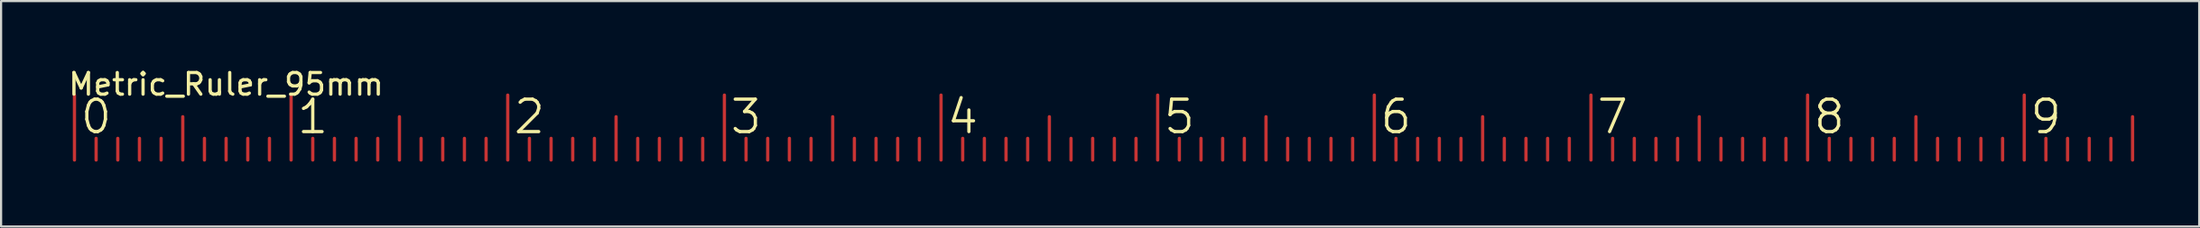
<source format=kicad_pcb>
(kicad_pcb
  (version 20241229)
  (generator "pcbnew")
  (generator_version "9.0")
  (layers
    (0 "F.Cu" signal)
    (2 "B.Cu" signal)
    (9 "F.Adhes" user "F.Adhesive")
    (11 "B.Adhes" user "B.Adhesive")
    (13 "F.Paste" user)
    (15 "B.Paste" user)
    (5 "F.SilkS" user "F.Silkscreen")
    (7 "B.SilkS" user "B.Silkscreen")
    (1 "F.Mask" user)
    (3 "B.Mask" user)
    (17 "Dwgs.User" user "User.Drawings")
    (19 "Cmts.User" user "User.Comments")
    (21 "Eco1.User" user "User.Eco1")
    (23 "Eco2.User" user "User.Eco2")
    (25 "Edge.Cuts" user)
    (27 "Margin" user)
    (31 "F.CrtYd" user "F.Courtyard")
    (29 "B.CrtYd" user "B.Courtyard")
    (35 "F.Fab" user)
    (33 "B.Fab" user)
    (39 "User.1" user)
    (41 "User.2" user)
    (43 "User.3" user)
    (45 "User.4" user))
  (footprint "Metric_Ruler_95mm"
    (layer "F.Cu")
    (at 7.387 0.348)
    (property "Reference" "Metric_Ruler_95mm" (at 0 0.5 0) (layer "F.SilkS") (effects (font (size 1 1) (thickness 0.15))))
    (attr through_hole)
    (fp_line (start -7 4) (end -7 1) (stroke (width 0.15) (type solid)) (layer "F.Cu"))
    (fp_line (start -6 4) (end -6 3) (stroke (width 0.15) (type solid)) (layer "F.Cu"))
    (fp_line (start -5 4) (end -5 3) (stroke (width 0.15) (type solid)) (layer "F.Cu"))
    (fp_line (start -4 4) (end -4 3) (stroke (width 0.15) (type solid)) (layer "F.Cu"))
    (fp_line (start -3 4) (end -3 3) (stroke (width 0.15) (type solid)) (layer "F.Cu"))
    (fp_line (start -2 4) (end -2 2) (stroke (width 0.15) (type solid)) (layer "F.Cu"))
    (fp_line (start -1 4) (end -1 3) (stroke (width 0.15) (type solid)) (layer "F.Cu"))
    (fp_line (start 0 4) (end 0 3) (stroke (width 0.15) (type solid)) (layer "F.Cu"))
    (fp_line (start 1 4) (end 1 3) (stroke (width 0.15) (type solid)) (layer "F.Cu"))
    (fp_line (start 2 4) (end 2 3) (stroke (width 0.15) (type solid)) (layer "F.Cu"))
    (fp_line (start 3 4) (end 3 1) (stroke (width 0.15) (type solid)) (layer "F.Cu"))
    (fp_line (start 4 4) (end 4 3) (stroke (width 0.15) (type solid)) (layer "F.Cu"))
    (fp_line (start 5 4) (end 5 3) (stroke (width 0.15) (type solid)) (layer "F.Cu"))
    (fp_line (start 6 4) (end 6 3) (stroke (width 0.15) (type solid)) (layer "F.Cu"))
    (fp_line (start 7 4) (end 7 3) (stroke (width 0.15) (type solid)) (layer "F.Cu"))
    (fp_line (start 8 4) (end 8 2) (stroke (width 0.15) (type solid)) (layer "F.Cu"))
    (fp_line (start 9 4) (end 9 3) (stroke (width 0.15) (type solid)) (layer "F.Cu"))
    (fp_line (start 10 4) (end 10 3) (stroke (width 0.15) (type solid)) (layer "F.Cu"))
    (fp_line (start 11 4) (end 11 3) (stroke (width 0.15) (type solid)) (layer "F.Cu"))
    (fp_line (start 12 4) (end 12 3) (stroke (width 0.15) (type solid)) (layer "F.Cu"))
    (fp_line (start 13 4) (end 13 1) (stroke (width 0.15) (type solid)) (layer "F.Cu"))
    (fp_line (start 14 4) (end 14 3) (stroke (width 0.15) (type solid)) (layer "F.Cu"))
    (fp_line (start 15 4) (end 15 3) (stroke (width 0.15) (type solid)) (layer "F.Cu"))
    (fp_line (start 16 4) (end 16 3) (stroke (width 0.15) (type solid)) (layer "F.Cu"))
    (fp_line (start 17 4) (end 17 3) (stroke (width 0.15) (type solid)) (layer "F.Cu"))
    (fp_line (start 18 4) (end 18 2) (stroke (width 0.15) (type solid)) (layer "F.Cu"))
    (fp_line (start 19 4) (end 19 3) (stroke (width 0.15) (type solid)) (layer "F.Cu"))
    (fp_line (start 20 4) (end 20 3) (stroke (width 0.15) (type solid)) (layer "F.Cu"))
    (fp_line (start 21 4) (end 21 3) (stroke (width 0.15) (type solid)) (layer "F.Cu"))
    (fp_line (start 22 4) (end 22 3) (stroke (width 0.15) (type solid)) (layer "F.Cu"))
    (fp_line (start 23 4) (end 23 1) (stroke (width 0.15) (type solid)) (layer "F.Cu"))
    (fp_line (start 24 4) (end 24 3) (stroke (width 0.15) (type solid)) (layer "F.Cu"))
    (fp_line (start 25 4) (end 25 3) (stroke (width 0.15) (type solid)) (layer "F.Cu"))
    (fp_line (start 26 4) (end 26 3) (stroke (width 0.15) (type solid)) (layer "F.Cu"))
    (fp_line (start 27 4) (end 27 3) (stroke (width 0.15) (type solid)) (layer "F.Cu"))
    (fp_line (start 28 4) (end 28 2) (stroke (width 0.15) (type solid)) (layer "F.Cu"))
    (fp_line (start 29 4) (end 29 3) (stroke (width 0.15) (type solid)) (layer "F.Cu"))
    (fp_line (start 30 4) (end 30 3) (stroke (width 0.15) (type solid)) (layer "F.Cu"))
    (fp_line (start 31 4) (end 31 3) (stroke (width 0.15) (type solid)) (layer "F.Cu"))
    (fp_line (start 32 4) (end 32 3) (stroke (width 0.15) (type solid)) (layer "F.Cu"))
    (fp_line (start 33 4) (end 33 1) (stroke (width 0.15) (type solid)) (layer "F.Cu"))
    (fp_line (start 34 4) (end 34 3) (stroke (width 0.15) (type solid)) (layer "F.Cu"))
    (fp_line (start 35 4) (end 35 3) (stroke (width 0.15) (type solid)) (layer "F.Cu"))
    (fp_line (start 36 4) (end 36 3) (stroke (width 0.15) (type solid)) (layer "F.Cu"))
    (fp_line (start 37 4) (end 37 3) (stroke (width 0.15) (type solid)) (layer "F.Cu"))
    (fp_line (start 38 4) (end 38 2) (stroke (width 0.15) (type solid)) (layer "F.Cu"))
    (fp_line (start 39 4) (end 39 3) (stroke (width 0.15) (type solid)) (layer "F.Cu"))
    (fp_line (start 40 4) (end 40 3) (stroke (width 0.15) (type solid)) (layer "F.Cu"))
    (fp_line (start 41 4) (end 41 3) (stroke (width 0.15) (type solid)) (layer "F.Cu"))
    (fp_line (start 42 4) (end 42 3) (stroke (width 0.15) (type solid)) (layer "F.Cu"))
    (fp_line (start 43 4) (end 43 1) (stroke (width 0.15) (type solid)) (layer "F.Cu"))
    (fp_line (start 44 4) (end 44 3) (stroke (width 0.15) (type solid)) (layer "F.Cu"))
    (fp_line (start 45 4) (end 45 3) (stroke (width 0.15) (type solid)) (layer "F.Cu"))
    (fp_line (start 46 4) (end 46 3) (stroke (width 0.15) (type solid)) (layer "F.Cu"))
    (fp_line (start 47 4) (end 47 3) (stroke (width 0.15) (type solid)) (layer "F.Cu"))
    (fp_line (start 48 4) (end 48 2) (stroke (width 0.15) (type solid)) (layer "F.Cu"))
    (fp_line (start 49 4) (end 49 3) (stroke (width 0.15) (type solid)) (layer "F.Cu"))
    (fp_line (start 50 4) (end 50 3) (stroke (width 0.15) (type solid)) (layer "F.Cu"))
    (fp_line (start 51 4) (end 51 3) (stroke (width 0.15) (type solid)) (layer "F.Cu"))
    (fp_line (start 52 4) (end 52 3) (stroke (width 0.15) (type solid)) (layer "F.Cu"))
    (fp_line (start 53 4) (end 53 1) (stroke (width 0.15) (type solid)) (layer "F.Cu"))
    (fp_line (start 54 4) (end 54 3) (stroke (width 0.15) (type solid)) (layer "F.Cu"))
    (fp_line (start 55 4) (end 55 3) (stroke (width 0.15) (type solid)) (layer "F.Cu"))
    (fp_line (start 56 4) (end 56 3) (stroke (width 0.15) (type solid)) (layer "F.Cu"))
    (fp_line (start 57 4) (end 57 3) (stroke (width 0.15) (type solid)) (layer "F.Cu"))
    (fp_line (start 58 4) (end 58 2) (stroke (width 0.15) (type solid)) (layer "F.Cu"))
    (fp_line (start 59 4) (end 59 3) (stroke (width 0.15) (type solid)) (layer "F.Cu"))
    (fp_line (start 60 4) (end 60 3) (stroke (width 0.15) (type solid)) (layer "F.Cu"))
    (fp_line (start 61 4) (end 61 3) (stroke (width 0.15) (type solid)) (layer "F.Cu"))
    (fp_line (start 62 4) (end 62 3) (stroke (width 0.15) (type solid)) (layer "F.Cu"))
    (fp_line (start 63 4) (end 63 1) (stroke (width 0.15) (type solid)) (layer "F.Cu"))
    (fp_line (start 64 4) (end 64 3) (stroke (width 0.15) (type solid)) (layer "F.Cu"))
    (fp_line (start 65 4) (end 65 3) (stroke (width 0.15) (type solid)) (layer "F.Cu"))
    (fp_line (start 66 4) (end 66 3) (stroke (width 0.15) (type solid)) (layer "F.Cu"))
    (fp_line (start 67 4) (end 67 3) (stroke (width 0.15) (type solid)) (layer "F.Cu"))
    (fp_line (start 68 4) (end 68 2) (stroke (width 0.15) (type solid)) (layer "F.Cu"))
    (fp_line (start 69 4) (end 69 3) (stroke (width 0.15) (type solid)) (layer "F.Cu"))
    (fp_line (start 70 4) (end 70 3) (stroke (width 0.15) (type solid)) (layer "F.Cu"))
    (fp_line (start 71 4) (end 71 3) (stroke (width 0.15) (type solid)) (layer "F.Cu"))
    (fp_line (start 72 4) (end 72 3) (stroke (width 0.15) (type solid)) (layer "F.Cu"))
    (fp_line (start 73 4) (end 73 1) (stroke (width 0.15) (type solid)) (layer "F.Cu"))
    (fp_line (start 74 4) (end 74 3) (stroke (width 0.15) (type solid)) (layer "F.Cu"))
    (fp_line (start 75 4) (end 75 3) (stroke (width 0.15) (type solid)) (layer "F.Cu"))
    (fp_line (start 76 4) (end 76 3) (stroke (width 0.15) (type solid)) (layer "F.Cu"))
    (fp_line (start 77 4) (end 77 3) (stroke (width 0.15) (type solid)) (layer "F.Cu"))
    (fp_line (start 78 4) (end 78 2) (stroke (width 0.15) (type solid)) (layer "F.Cu"))
    (fp_line (start 79 4) (end 79 3) (stroke (width 0.15) (type solid)) (layer "F.Cu"))
    (fp_line (start 80 4) (end 80 3) (stroke (width 0.15) (type solid)) (layer "F.Cu"))
    (fp_line (start 81 4) (end 81 3) (stroke (width 0.15) (type solid)) (layer "F.Cu"))
    (fp_line (start 82 4) (end 82 3) (stroke (width 0.15) (type solid)) (layer "F.Cu"))
    (fp_line (start 83 4) (end 83 1) (stroke (width 0.15) (type solid)) (layer "F.Cu"))
    (fp_line (start 84 4) (end 84 3) (stroke (width 0.15) (type solid)) (layer "F.Cu"))
    (fp_line (start 85 4) (end 85 3) (stroke (width 0.15) (type solid)) (layer "F.Cu"))
    (fp_line (start 86 4) (end 86 3) (stroke (width 0.15) (type solid)) (layer "F.Cu"))
    (fp_line (start 87 4) (end 87 3) (stroke (width 0.15) (type solid)) (layer "F.Cu"))
    (fp_line (start 88 4) (end 88 2) (stroke (width 0.15) (type solid)) (layer "F.Cu"))
    (fp_line (start -7 1) (end -7 1) (stroke (width 0.15) (type solid)) (layer "F.Mask"))
    (fp_line (start -7 4) (end -7 1) (stroke (width 0.15) (type solid)) (layer "F.Mask"))
    (fp_line (start -6 4) (end -6 3) (stroke (width 0.15) (type solid)) (layer "F.Mask"))
    (fp_line (start -5 4) (end -5 3) (stroke (width 0.15) (type solid)) (layer "F.Mask"))
    (fp_line (start -4 4) (end -4 3) (stroke (width 0.15) (type solid)) (layer "F.Mask"))
    (fp_line (start -3 4) (end -3 3) (stroke (width 0.15) (type solid)) (layer "F.Mask"))
    (fp_line (start -2 4) (end -2 2) (stroke (width 0.15) (type solid)) (layer "F.Mask"))
    (fp_line (start -1 4) (end -1 3) (stroke (width 0.15) (type solid)) (layer "F.Mask"))
    (fp_line (start 0 4) (end 0 3) (stroke (width 0.15) (type solid)) (layer "F.Mask"))
    (fp_line (start 1 4) (end 1 3) (stroke (width 0.15) (type solid)) (layer "F.Mask"))
    (fp_line (start 2 4) (end 2 3) (stroke (width 0.15) (type solid)) (layer "F.Mask"))
    (fp_line (start 3 4) (end 3 1) (stroke (width 0.15) (type solid)) (layer "F.Mask"))
    (fp_line (start 4 4) (end 4 3) (stroke (width 0.15) (type solid)) (layer "F.Mask"))
    (fp_line (start 5 4) (end 5 3) (stroke (width 0.15) (type solid)) (layer "F.Mask"))
    (fp_line (start 6 4) (end 6 3) (stroke (width 0.15) (type solid)) (layer "F.Mask"))
    (fp_line (start 7 4) (end 7 3) (stroke (width 0.15) (type solid)) (layer "F.Mask"))
    (fp_line (start 8 4) (end 8 2) (stroke (width 0.15) (type solid)) (layer "F.Mask"))
    (fp_line (start 9 4) (end 9 3) (stroke (width 0.15) (type solid)) (layer "F.Mask"))
    (fp_line (start 10 4) (end 10 3) (stroke (width 0.15) (type solid)) (layer "F.Mask"))
    (fp_line (start 11 4) (end 11 3) (stroke (width 0.15) (type solid)) (layer "F.Mask"))
    (fp_line (start 12 4) (end 12 3) (stroke (width 0.15) (type solid)) (layer "F.Mask"))
    (fp_line (start 13 4) (end 13 1) (stroke (width 0.15) (type solid)) (layer "F.Mask"))
    (fp_line (start 14 4) (end 14 3) (stroke (width 0.15) (type solid)) (layer "F.Mask"))
    (fp_line (start 15 4) (end 15 3) (stroke (width 0.15) (type solid)) (layer "F.Mask"))
    (fp_line (start 16 4) (end 16 3) (stroke (width 0.15) (type solid)) (layer "F.Mask"))
    (fp_line (start 17 4) (end 17 3) (stroke (width 0.15) (type solid)) (layer "F.Mask"))
    (fp_line (start 18 4) (end 18 2) (stroke (width 0.15) (type solid)) (layer "F.Mask"))
    (fp_line (start 19 4) (end 19 3) (stroke (width 0.15) (type solid)) (layer "F.Mask"))
    (fp_line (start 20 4) (end 20 3) (stroke (width 0.15) (type solid)) (layer "F.Mask"))
    (fp_line (start 21 4) (end 21 3) (stroke (width 0.15) (type solid)) (layer "F.Mask"))
    (fp_line (start 22 4) (end 22 3) (stroke (width 0.15) (type solid)) (layer "F.Mask"))
    (fp_line (start 23 4) (end 23 1) (stroke (width 0.15) (type solid)) (layer "F.Mask"))
    (fp_line (start 24 4) (end 24 3) (stroke (width 0.15) (type solid)) (layer "F.Mask"))
    (fp_line (start 25 4) (end 25 3) (stroke (width 0.15) (type solid)) (layer "F.Mask"))
    (fp_line (start 26 4) (end 26 3) (stroke (width 0.15) (type solid)) (layer "F.Mask"))
    (fp_line (start 27 4) (end 27 3) (stroke (width 0.15) (type solid)) (layer "F.Mask"))
    (fp_line (start 28 4) (end 28 2) (stroke (width 0.15) (type solid)) (layer "F.Mask"))
    (fp_line (start 29 4) (end 29 3) (stroke (width 0.15) (type solid)) (layer "F.Mask"))
    (fp_line (start 30 4) (end 30 3) (stroke (width 0.15) (type solid)) (layer "F.Mask"))
    (fp_line (start 31 4) (end 31 3) (stroke (width 0.15) (type solid)) (layer "F.Mask"))
    (fp_line (start 32 4) (end 32 3) (stroke (width 0.15) (type solid)) (layer "F.Mask"))
    (fp_line (start 33 4) (end 33 1) (stroke (width 0.15) (type solid)) (layer "F.Mask"))
    (fp_line (start 34 4) (end 34 3) (stroke (width 0.15) (type solid)) (layer "F.Mask"))
    (fp_line (start 35 4) (end 35 3) (stroke (width 0.15) (type solid)) (layer "F.Mask"))
    (fp_line (start 36 4) (end 36 3) (stroke (width 0.15) (type solid)) (layer "F.Mask"))
    (fp_line (start 37 4) (end 37 3) (stroke (width 0.15) (type solid)) (layer "F.Mask"))
    (fp_line (start 38 4) (end 38 2) (stroke (width 0.15) (type solid)) (layer "F.Mask"))
    (fp_line (start 39 4) (end 39 3) (stroke (width 0.15) (type solid)) (layer "F.Mask"))
    (fp_line (start 40 4) (end 40 3) (stroke (width 0.15) (type solid)) (layer "F.Mask"))
    (fp_line (start 41 4) (end 41 3) (stroke (width 0.15) (type solid)) (layer "F.Mask"))
    (fp_line (start 42 4) (end 42 3) (stroke (width 0.15) (type solid)) (layer "F.Mask"))
    (fp_line (start 43 4) (end 43 1) (stroke (width 0.15) (type solid)) (layer "F.Mask"))
    (fp_line (start 44 4) (end 44 3) (stroke (width 0.15) (type solid)) (layer "F.Mask"))
    (fp_line (start 45 4) (end 45 3) (stroke (width 0.15) (type solid)) (layer "F.Mask"))
    (fp_line (start 46 4) (end 46 3) (stroke (width 0.15) (type solid)) (layer "F.Mask"))
    (fp_line (start 47 4) (end 47 3) (stroke (width 0.15) (type solid)) (layer "F.Mask"))
    (fp_line (start 48 4) (end 48 2) (stroke (width 0.15) (type solid)) (layer "F.Mask"))
    (fp_line (start 49 4) (end 49 3) (stroke (width 0.15) (type solid)) (layer "F.Mask"))
    (fp_line (start 50 4) (end 50 3) (stroke (width 0.15) (type solid)) (layer "F.Mask"))
    (fp_line (start 51 4) (end 51 3) (stroke (width 0.15) (type solid)) (layer "F.Mask"))
    (fp_line (start 52 4) (end 52 3) (stroke (width 0.15) (type solid)) (layer "F.Mask"))
    (fp_line (start 53 4) (end 53 1) (stroke (width 0.15) (type solid)) (layer "F.Mask"))
    (fp_line (start 54 4) (end 54 3) (stroke (width 0.15) (type solid)) (layer "F.Mask"))
    (fp_line (start 55 4) (end 55 3) (stroke (width 0.15) (type solid)) (layer "F.Mask"))
    (fp_line (start 56 4) (end 56 3) (stroke (width 0.15) (type solid)) (layer "F.Mask"))
    (fp_line (start 57 4) (end 57 3) (stroke (width 0.15) (type solid)) (layer "F.Mask"))
    (fp_line (start 58 4) (end 58 2) (stroke (width 0.15) (type solid)) (layer "F.Mask"))
    (fp_line (start 59 4) (end 59 3) (stroke (width 0.15) (type solid)) (layer "F.Mask"))
    (fp_line (start 60 4) (end 60 3) (stroke (width 0.15) (type solid)) (layer "F.Mask"))
    (fp_line (start 61 4) (end 61 3) (stroke (width 0.15) (type solid)) (layer "F.Mask"))
    (fp_line (start 62 4) (end 62 3) (stroke (width 0.15) (type solid)) (layer "F.Mask"))
    (fp_line (start 63 4) (end 63 1) (stroke (width 0.15) (type solid)) (layer "F.Mask"))
    (fp_line (start 64 4) (end 64 3) (stroke (width 0.15) (type solid)) (layer "F.Mask"))
    (fp_line (start 65 4) (end 65 3) (stroke (width 0.15) (type solid)) (layer "F.Mask"))
    (fp_line (start 66 4) (end 66 3) (stroke (width 0.15) (type solid)) (layer "F.Mask"))
    (fp_line (start 67 4) (end 67 3) (stroke (width 0.15) (type solid)) (layer "F.Mask"))
    (fp_line (start 68 4) (end 68 2) (stroke (width 0.15) (type solid)) (layer "F.Mask"))
    (fp_line (start 69 4) (end 69 3) (stroke (width 0.15) (type solid)) (layer "F.Mask"))
    (fp_line (start 70 4) (end 70 3) (stroke (width 0.15) (type solid)) (layer "F.Mask"))
    (fp_line (start 71 4) (end 71 3) (stroke (width 0.15) (type solid)) (layer "F.Mask"))
    (fp_line (start 72 4) (end 72 3) (stroke (width 0.15) (type solid)) (layer "F.Mask"))
    (fp_line (start 73 4) (end 73 1) (stroke (width 0.15) (type solid)) (layer "F.Mask"))
    (fp_line (start 74 4) (end 74 3) (stroke (width 0.15) (type solid)) (layer "F.Mask"))
    (fp_line (start 75 4) (end 75 3) (stroke (width 0.15) (type solid)) (layer "F.Mask"))
    (fp_line (start 76 4) (end 76 3) (stroke (width 0.15) (type solid)) (layer "F.Mask"))
    (fp_line (start 77 4) (end 77 3) (stroke (width 0.15) (type solid)) (layer "F.Mask"))
    (fp_line (start 78 4) (end 78 2) (stroke (width 0.15) (type solid)) (layer "F.Mask"))
    (fp_line (start 79 4) (end 79 3) (stroke (width 0.15) (type solid)) (layer "F.Mask"))
    (fp_line (start 80 4) (end 80 3) (stroke (width 0.15) (type solid)) (layer "F.Mask"))
    (fp_line (start 81 4) (end 81 3) (stroke (width 0.15) (type solid)) (layer "F.Mask"))
    (fp_line (start 82 4) (end 82 3) (stroke (width 0.15) (type solid)) (layer "F.Mask"))
    (fp_line (start 83 4) (end 83 1) (stroke (width 0.15) (type solid)) (layer "F.Mask"))
    (fp_line (start 84 4) (end 84 3) (stroke (width 0.15) (type solid)) (layer "F.Mask"))
    (fp_line (start 85 4) (end 85 3) (stroke (width 0.15) (type solid)) (layer "F.Mask"))
    (fp_line (start 86 4) (end 86 3) (stroke (width 0.15) (type solid)) (layer "F.Mask"))
    (fp_line (start 87 4) (end 87 3) (stroke (width 0.15) (type solid)) (layer "F.Mask"))
    (fp_line (start 88 4) (end 88 2) (stroke (width 0.15) (type solid)) (layer "F.Mask"))
    (fp_text user "5" (at 44 2 0) (layer "F.SilkS") (effects (font (size 1.5 1.5) (thickness 0.15))))
    (fp_text user "1" (at 4 2 0) (layer "F.SilkS") (effects (font (size 1.5 1.5) (thickness 0.15))))
    (fp_text user "0" (at -6 2 0) (layer "F.SilkS") (effects (font (size 1.5 1.5) (thickness 0.15))))
    (fp_text user "8" (at 74 2 0) (layer "F.SilkS") (effects (font (size 1.5 1.5) (thickness 0.15))))
    (fp_text user "7" (at 64 2 0) (layer "F.SilkS") (effects (font (size 1.5 1.5) (thickness 0.15))))
    (fp_text user "2" (at 14 2 0) (layer "F.SilkS") (effects (font (size 1.5 1.5) (thickness 0.15))))
    (fp_text user "3" (at 24 2 0) (layer "F.SilkS") (effects (font (size 1.5 1.5) (thickness 0.15))))
    (fp_text user "9" (at 84 2 0) (layer "F.SilkS") (effects (font (size 1.5 1.5) (thickness 0.15))))
    (fp_text user "4" (at 34 2 0) (layer "F.SilkS") (effects (font (size 1.5 1.5) (thickness 0.15))))
    (fp_text user "6" (at 54 2 0) (layer "F.SilkS") (effects (font (size 1.5 1.5) (thickness 0.15)))))
  (gr_rect
    (start -3 -3)
    (end 98.462 7.423)
    (stroke (width 0.1) (type default))
    (fill no)
    (layer "Edge.Cuts")))
</source>
